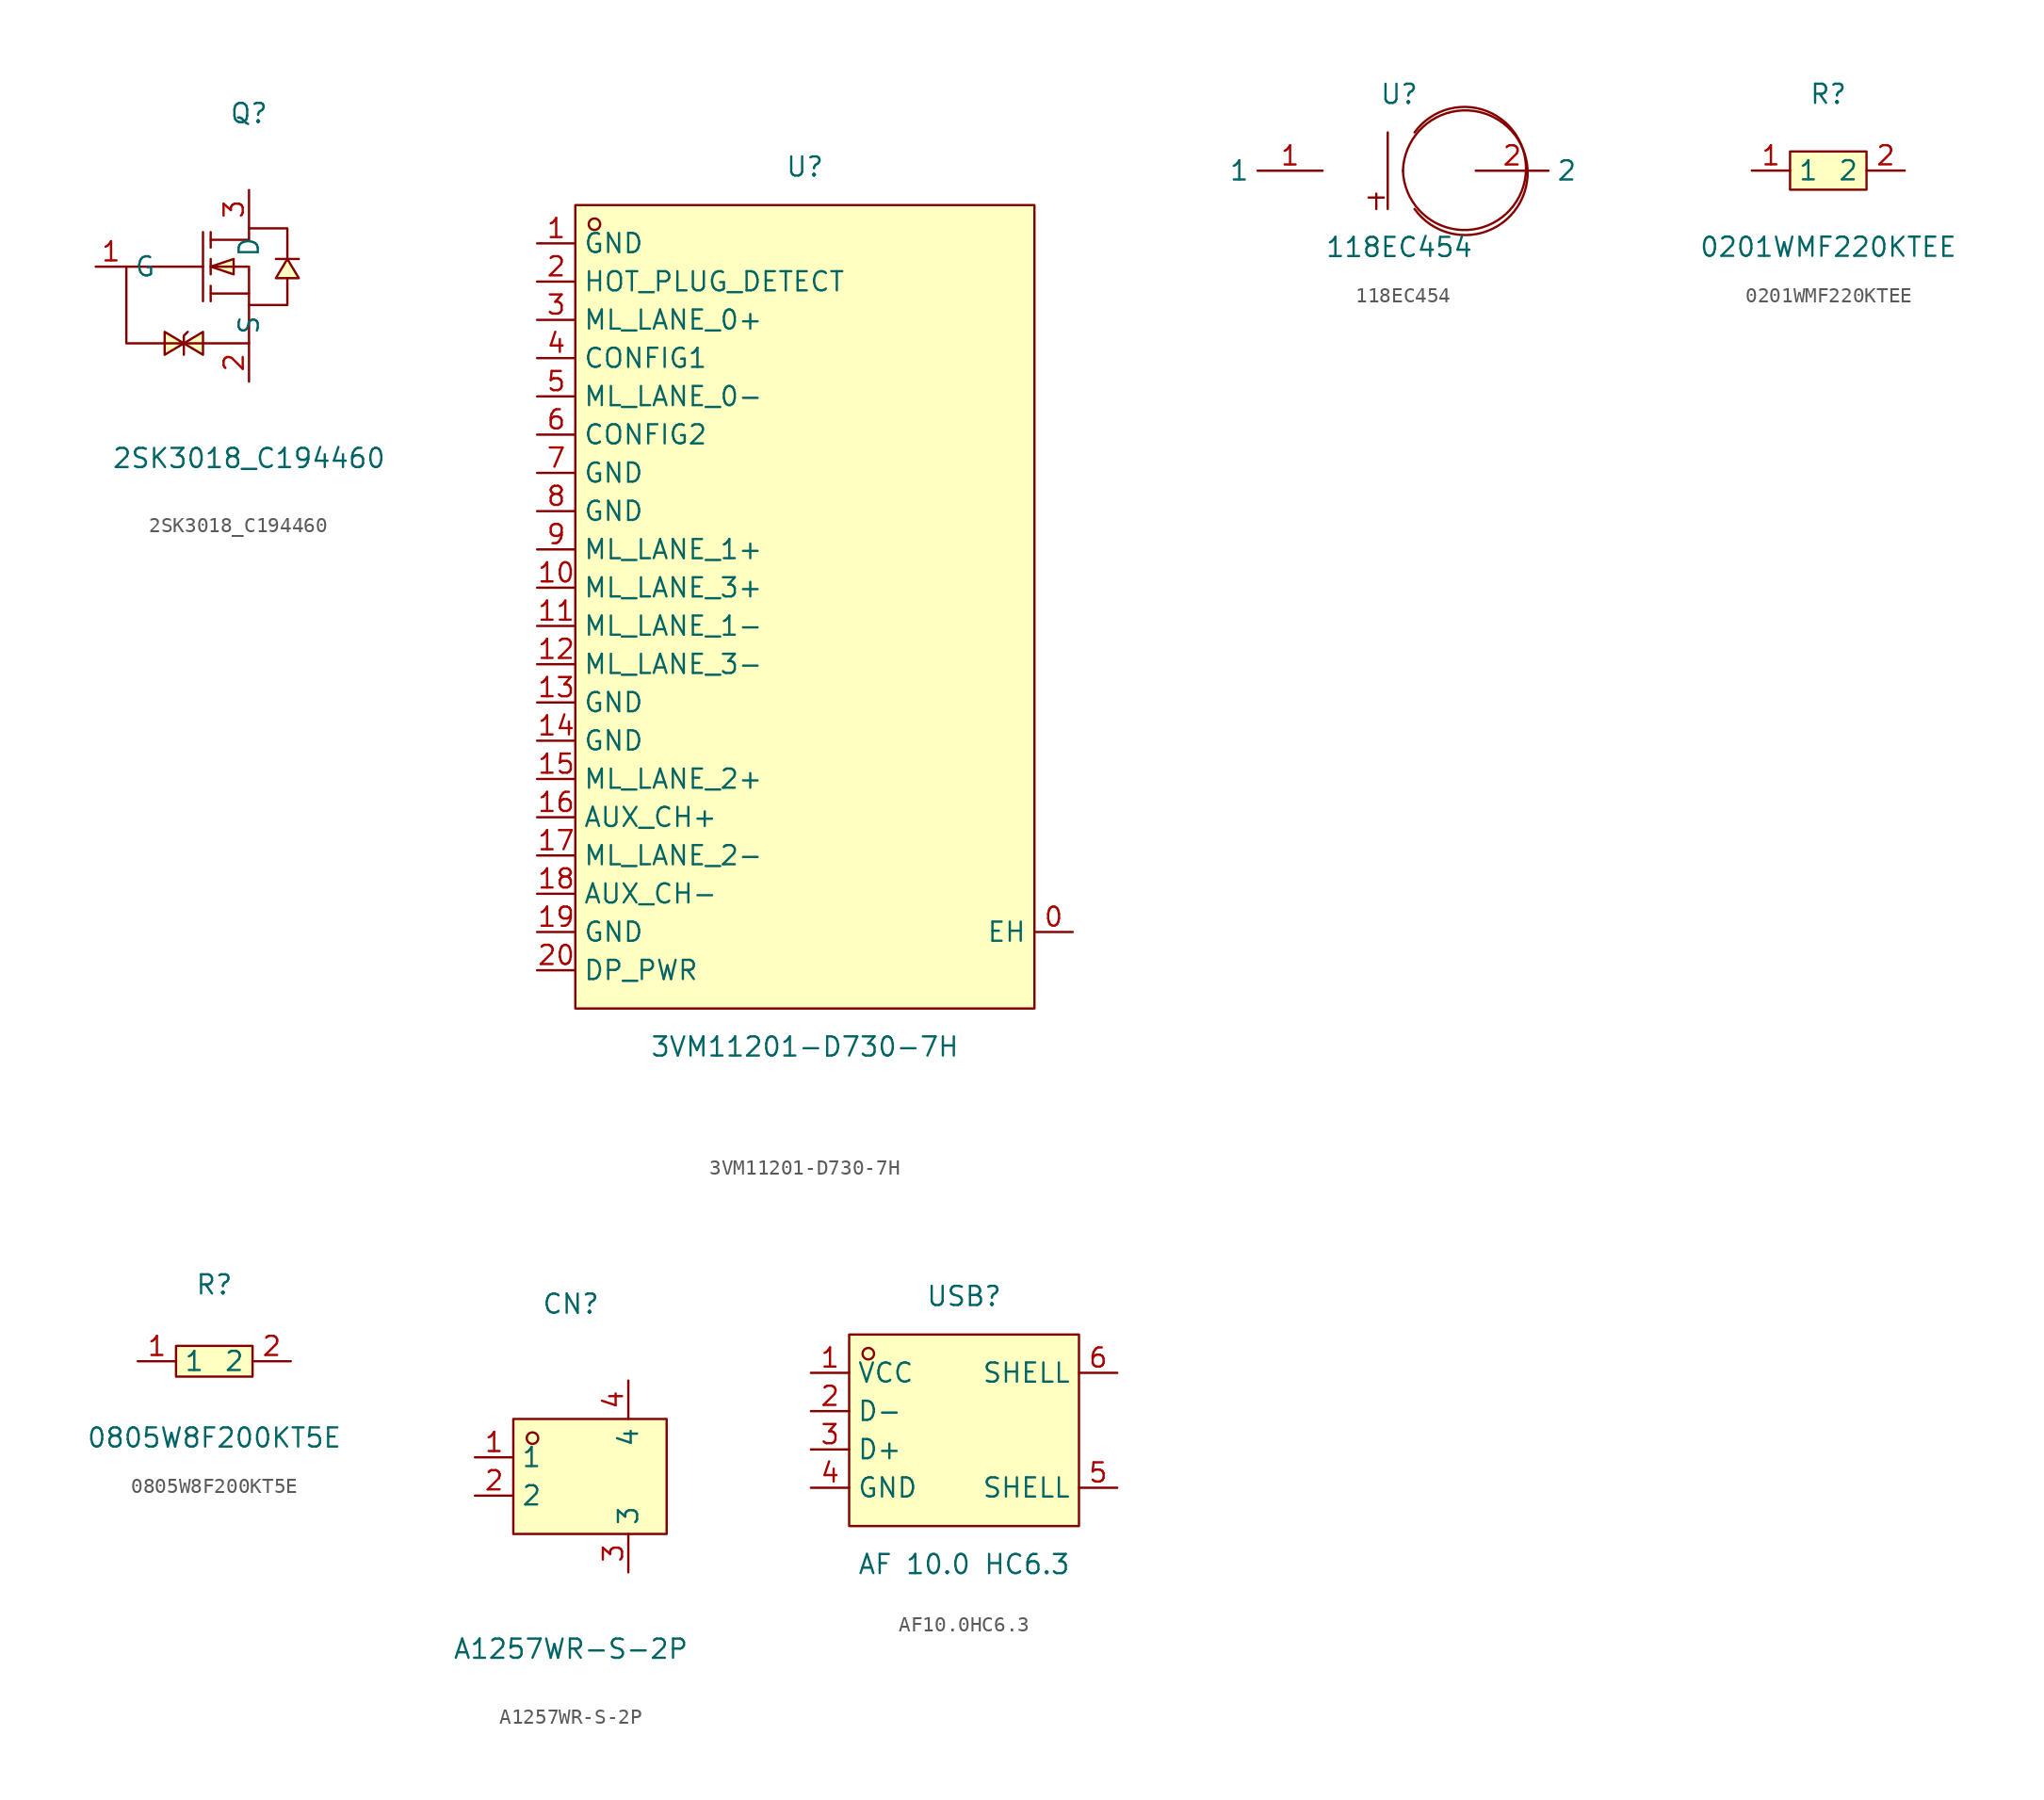
<source format=kicad_sym>
(kicad_symbol_lib
  (version 20241209)
  (generator "kicad_symbol_editor")
  (generator_version "9.0")
  (symbol "2SK3018_C194460"
    (property "Reference" "Q"
      (at 0 10.16 0)
      (effects (font (size 1.27 1.27))))
    (property "Value" "2SK3018_C194460"
      (at 0 -12.7 0)
      (effects (font (size 1.27 1.27))))
    (symbol "2SK3018_C194460_0_1"
      (polyline (pts (xy -4.32 -5.08) (xy -5.59 -4.32) (xy -5.59 -5.84) (xy -4.32 -5.08)) (stroke (width 0) (type default)) (fill (type background)))
      (polyline (pts (xy -4.32 -5.08) (xy -3.05 -5.84) (xy -3.05 -4.32) (xy -4.32 -5.08)) (stroke (width 0) (type default)) (fill (type background)))
      (polyline (pts (xy -4.06 -4.32) (xy -4.32 -4.57) (xy -4.32 -5.59) (xy -4.32 -5.84)) (stroke (width 0) (type default)) (fill (type none)))
      (polyline (pts (xy -3.05 2.29) (xy -3.05 -2.29)) (stroke (width 0) (type default)) (fill (type none)))
      (polyline (pts (xy -3.05 0) (xy -8.13 0) (xy -8.13 -5.08) (xy 0 -5.08) (xy 0 -2.54)) (stroke (width 0) (type default)) (fill (type none)))
      (polyline (pts (xy -2.54 2.29) (xy -2.54 1.27)) (stroke (width 0) (type default)) (fill (type none)))
      (polyline (pts (xy -2.54 1.78) (xy 0 1.78) (xy 0 2.54) (xy 2.54 2.54) (xy 2.54 0.51)) (stroke (width 0) (type default)) (fill (type none)))
      (polyline (pts (xy -2.54 0) (xy -1.02 -0.51) (xy -1.02 0.51) (xy -2.54 0)) (stroke (width 0) (type default)) (fill (type background)))
      (polyline (pts (xy -2.54 0) (xy 0 0) (xy 0 -2.54) (xy 2.54 -2.54) (xy 2.54 -0.76)) (stroke (width 0) (type default)) (fill (type none)))
      (polyline (pts (xy -2.54 -0.51) (xy -2.54 0.51)) (stroke (width 0) (type default)) (fill (type none)))
      (polyline (pts (xy -2.54 -2.29) (xy -2.54 -1.27)) (stroke (width 0) (type default)) (fill (type none)))
      (polyline (pts (xy 0 -1.78) (xy -2.54 -1.78)) (stroke (width 0) (type default)) (fill (type none)))
      (polyline (pts (xy 2.54 0.51) (xy 1.78 -0.76) (xy 3.3 -0.76) (xy 2.54 0.51)) (stroke (width 0) (type default)) (fill (type background)))
      (polyline (pts (xy 3.3 0.51) (xy 3.05 0.51) (xy 2.03 0.51) (xy 1.78 0.51)) (stroke (width 0) (type default)) (fill (type none)))
      (pin unspecified line (at -10.16 0 0) (length 2.032) (name "G" (effects (font (size 1.27 1.27)))) (number "1" (effects (font (size 1.27 1.27)))))
      (pin unspecified line (at 0 5.08 270) (length 2.54) (name "D" (effects (font (size 1.27 1.27)))) (number "3" (effects (font (size 1.27 1.27)))))
      (pin unspecified line (at 0 -7.62 90) (length 2.54) (name "S" (effects (font (size 1.27 1.27)))) (number "2" (effects (font (size 1.27 1.27)))))))
  (symbol "3VM11201-D730-7H"
    (property "Reference" "U"
      (at 0 29.21 0)
      (effects (font (size 1.27 1.27))))
    (property "Value" "3VM11201-D730-7H"
      (at 0 -29.21 0)
      (effects (font (size 1.27 1.27))))
    (symbol "3VM11201-D730-7H_0_1"
      (rectangle (start -15.24 26.67) (end 15.24 -26.67) (stroke (width 0) (type default)) (fill (type background)))
      (circle (center -13.97 25.4) (radius 0.38) (stroke (width 0) (type default)) (fill (type none)))
      (pin unspecified line (at -17.78 24.13 0) (length 2.54) (name "GND" (effects (font (size 1.27 1.27)))) (number "1" (effects (font (size 1.27 1.27)))))
      (pin unspecified line (at -17.78 21.59 0) (length 2.54) (name "HOT_PLUG_DETECT" (effects (font (size 1.27 1.27)))) (number "2" (effects (font (size 1.27 1.27)))))
      (pin unspecified line (at -17.78 19.05 0) (length 2.54) (name "ML_LANE_0+" (effects (font (size 1.27 1.27)))) (number "3" (effects (font (size 1.27 1.27)))))
      (pin unspecified line (at -17.78 16.51 0) (length 2.54) (name "CONFIG1" (effects (font (size 1.27 1.27)))) (number "4" (effects (font (size 1.27 1.27)))))
      (pin unspecified line (at -17.78 13.97 0) (length 2.54) (name "ML_LANE_0-" (effects (font (size 1.27 1.27)))) (number "5" (effects (font (size 1.27 1.27)))))
      (pin unspecified line (at -17.78 11.43 0) (length 2.54) (name "CONFIG2" (effects (font (size 1.27 1.27)))) (number "6" (effects (font (size 1.27 1.27)))))
      (pin unspecified line (at -17.78 8.89 0) (length 2.54) (name "GND" (effects (font (size 1.27 1.27)))) (number "7" (effects (font (size 1.27 1.27)))))
      (pin unspecified line (at -17.78 6.35 0) (length 2.54) (name "GND" (effects (font (size 1.27 1.27)))) (number "8" (effects (font (size 1.27 1.27)))))
      (pin unspecified line (at -17.78 3.81 0) (length 2.54) (name "ML_LANE_1+" (effects (font (size 1.27 1.27)))) (number "9" (effects (font (size 1.27 1.27)))))
      (pin unspecified line (at -17.78 1.27 0) (length 2.54) (name "ML_LANE_3+" (effects (font (size 1.27 1.27)))) (number "10" (effects (font (size 1.27 1.27)))))
      (pin unspecified line (at -17.78 -1.27 0) (length 2.54) (name "ML_LANE_1-" (effects (font (size 1.27 1.27)))) (number "11" (effects (font (size 1.27 1.27)))))
      (pin unspecified line (at -17.78 -3.81 0) (length 2.54) (name "ML_LANE_3-" (effects (font (size 1.27 1.27)))) (number "12" (effects (font (size 1.27 1.27)))))
      (pin unspecified line (at -17.78 -6.35 0) (length 2.54) (name "GND" (effects (font (size 1.27 1.27)))) (number "13" (effects (font (size 1.27 1.27)))))
      (pin unspecified line (at -17.78 -8.89 0) (length 2.54) (name "GND" (effects (font (size 1.27 1.27)))) (number "14" (effects (font (size 1.27 1.27)))))
      (pin unspecified line (at -17.78 -11.43 0) (length 2.54) (name "ML_LANE_2+" (effects (font (size 1.27 1.27)))) (number "15" (effects (font (size 1.27 1.27)))))
      (pin unspecified line (at -17.78 -13.97 0) (length 2.54) (name "AUX_CH+" (effects (font (size 1.27 1.27)))) (number "16" (effects (font (size 1.27 1.27)))))
      (pin unspecified line (at -17.78 -16.51 0) (length 2.54) (name "ML_LANE_2-" (effects (font (size 1.27 1.27)))) (number "17" (effects (font (size 1.27 1.27)))))
      (pin unspecified line (at -17.78 -19.05 0) (length 2.54) (name "AUX_CH-" (effects (font (size 1.27 1.27)))) (number "18" (effects (font (size 1.27 1.27)))))
      (pin unspecified line (at -17.78 -21.59 0) (length 2.54) (name "GND" (effects (font (size 1.27 1.27)))) (number "19" (effects (font (size 1.27 1.27)))))
      (pin unspecified line (at -17.78 -24.13 0) (length 2.54) (name "DP_PWR" (effects (font (size 1.27 1.27)))) (number "20" (effects (font (size 1.27 1.27)))))
      (pin unspecified line (at 17.78 -21.59 180) (length 2.54) (name "EH" (effects (font (size 1.27 1.27)))) (number "0" (effects (font (size 1.27 1.27)))))))
  (symbol "118EC454"
    (property "Reference" "U"
      (at 0 5.08 0)
      (effects (font (size 1.27 1.27))))
    (property "Value" "118EC454"
      (at 0 -5.08 0)
      (effects (font (size 1.27 1.27))))
    (symbol "118EC454_0_1"
      (rectangle (start -1.52 -1.52) (end -1.52 -2.54) (stroke (width 0) (type default) (color 0 0 0 0)) (fill (type background)))
      (rectangle (start -2.03 -1.78) (end -1.02 -1.78) (stroke (width 0) (type default) (color 0 0 0 0)) (fill (type background)))
      (arc (start 0.25 -0.00) (mid 8.40 -0.21) (end 1.02 2.54) (stroke (width 0) (type default) (color 0 0 0 0)) (fill (type none)))
      (arc (start 1.02 -2.54) (mid 8.47 0.52) (end 0.25 -0.00) (stroke (width 0) (type default) (color 0 0 0 0)) (fill (type none)))
      (polyline (pts (xy -0.76 -2.54) (xy -0.76 2.54)) (stroke (width 0) (type default) (color 0 0 0 0)) (fill (type none)))
      (pin unspecified line (at -5.08 -0.00 180) (length 4.318) (name "1" (effects (font (size 1.27 1.27)))) (number "1" (effects (font (size 1.27 1.27)))))
      (pin unspecified line (at 5.08 -0.00 0) (length 4.826) (name "2" (effects (font (size 1.27 1.27)))) (number "2" (effects (font (size 1.27 1.27)))))))
  (symbol "0201WMF220KTEE"
    (property "Reference" "R"
      (at 0 5.08 0)
      (effects (font (size 1.27 1.27))))
    (property "Value" "0201WMF220KTEE"
      (at 0 -5.08 0)
      (effects (font (size 1.27 1.27))))
    (symbol "0201WMF220KTEE_0_1"
      (rectangle (start -2.54 1.27) (end 2.54 -1.27) (stroke (width 0) (type default)) (fill (type background)))
      (pin unspecified line (at -5.08 0 0) (length 2.54) (name "1" (effects (font (size 1.27 1.27)))) (number "1" (effects (font (size 1.27 1.27)))))
      (pin unspecified line (at 5.08 0 180) (length 2.54) (name "2" (effects (font (size 1.27 1.27)))) (number "2" (effects (font (size 1.27 1.27)))))))
  (symbol "0805W8F200KT5E"
    (property "Reference" "R"
      (at 0 5.08 0)
      (effects (font (size 1.27 1.27))))
    (property "Value" "0805W8F200KT5E"
      (at 0 -5.08 0)
      (effects (font (size 1.27 1.27))))
    (symbol "0805W8F200KT5E_0_1"
      (rectangle (start -2.54 1.02) (end 2.54 -1.02) (stroke (width 0) (type default)) (fill (type background)))
      (pin input line (at -5.08 0 0) (length 2.54) (name "1" (effects (font (size 1.27 1.27)))) (number "1" (effects (font (size 1.27 1.27)))))
      (pin input line (at 5.08 0 180) (length 2.54) (name "2" (effects (font (size 1.27 1.27)))) (number "2" (effects (font (size 1.27 1.27)))))))
  (symbol "A1257WR-S-2P"
    (property "Reference" "CN"
      (at 0 11.43 0)
      (effects (font (size 1.27 1.27))))
    (property "Value" "A1257WR-S-2P"
      (at 0 -11.43 0)
      (effects (font (size 1.27 1.27))))
    (symbol "A1257WR-S-2P_0_1"
      (rectangle (start -3.81 3.81) (end 6.35 -3.81) (stroke (width 0) (type default)) (fill (type background)))
      (circle (center -2.54 2.54) (radius 0.38) (stroke (width 0) (type default)) (fill (type none)))
      (pin unspecified line (at -6.35 1.27 0) (length 2.54) (name "1" (effects (font (size 1.27 1.27)))) (number "1" (effects (font (size 1.27 1.27)))))
      (pin unspecified line (at -6.35 -1.27 0) (length 2.54) (name "2" (effects (font (size 1.27 1.27)))) (number "2" (effects (font (size 1.27 1.27)))))
      (pin unspecified line (at 3.81 6.35 270) (length 2.54) (name "4" (effects (font (size 1.27 1.27)))) (number "4" (effects (font (size 1.27 1.27)))))
      (pin unspecified line (at 3.81 -6.35 90) (length 2.54) (name "3" (effects (font (size 1.27 1.27)))) (number "3" (effects (font (size 1.27 1.27)))))))
  (symbol "AF10.0HC6.3"
    (property "Reference" "USB"
      (at 0 10.16 0)
      (effects (font (size 1.27 1.27))))
    (property "Value" "AF 10.0 HC6.3"
      (at 0 -7.62 0)
      (effects (font (size 1.27 1.27))))
    (symbol "AF10.0HC6.3_0_1"
      (rectangle (start -7.62 7.62) (end 7.62 -5.08) (stroke (width 0) (type default)) (fill (type background)))
      (circle (center -6.35 6.35) (radius 0.38) (stroke (width 0) (type default)) (fill (type none)))
      (pin unspecified line (at -10.16 5.08 0) (length 2.54) (name "VCC" (effects (font (size 1.27 1.27)))) (number "1" (effects (font (size 1.27 1.27)))))
      (pin unspecified line (at -10.16 2.54 0) (length 2.54) (name "D-" (effects (font (size 1.27 1.27)))) (number "2" (effects (font (size 1.27 1.27)))))
      (pin unspecified line (at -10.16 0 0) (length 2.54) (name "D+" (effects (font (size 1.27 1.27)))) (number "3" (effects (font (size 1.27 1.27)))))
      (pin unspecified line (at -10.16 -2.54 0) (length 2.54) (name "GND" (effects (font (size 1.27 1.27)))) (number "4" (effects (font (size 1.27 1.27)))))
      (pin unspecified line (at 10.16 5.08 180) (length 2.54) (name "SHELL" (effects (font (size 1.27 1.27)))) (number "6" (effects (font (size 1.27 1.27)))))
      (pin unspecified line (at 10.16 -2.54 180) (length 2.54) (name "SHELL" (effects (font (size 1.27 1.27)))) (number "5" (effects (font (size 1.27 1.27))))))))
</source>
